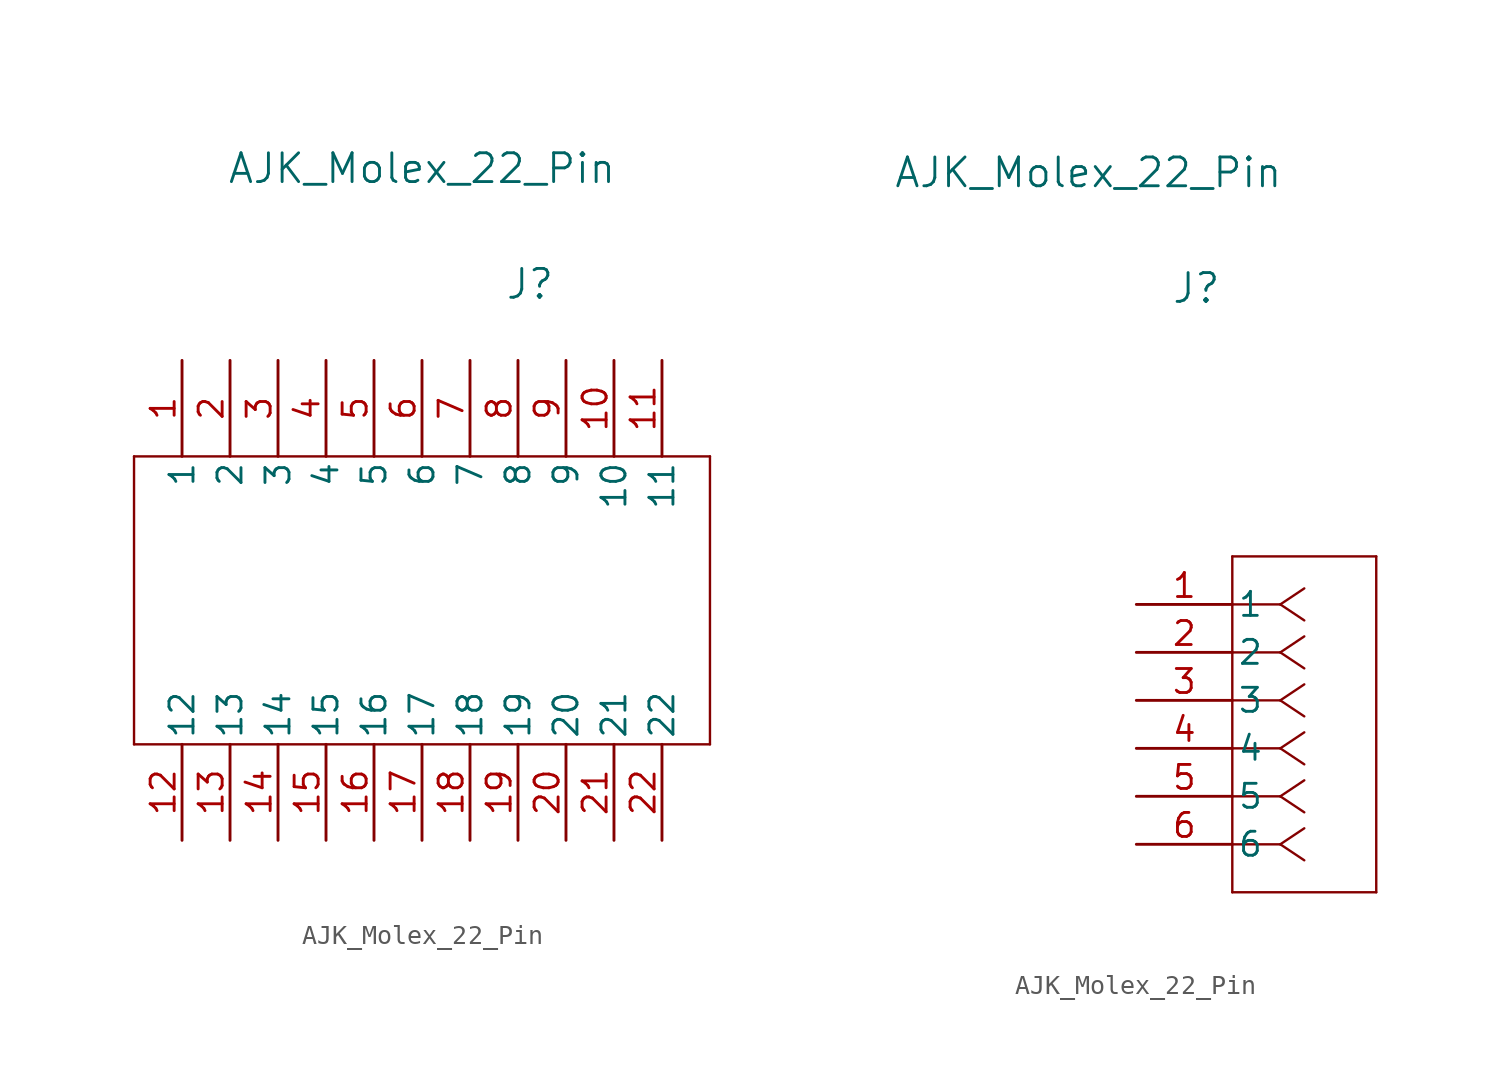
<source format=kicad_sym>
(kicad_symbol_lib
  (version 20211014)
  (generator kicad_symbol_editor)
  (symbol "AJK_Molex_22_Pin"
    (pin_names
      (offset 0.254))
    (property "Reference" "J"
      (at 3.175 16.739 0)
      (effects (font (size 1.524 1.524))))
    (property "Value" "AJK_Molex_22_Pin"
      (at -2.54 22.86 0)
      (effects (font (size 1.524 1.524))))
    (symbol "AJK_Molex_22_Pin_1_1"
      (polyline (pts (xy -17.78 -7.62) (xy 12.7 -7.62)) (stroke (width 0.127) (type default) (color 0 0 0 0)) (fill (type none)))
      (polyline (pts (xy -17.78 7.62) (xy -17.78 -7.62)) (stroke (width 0.127) (type default) (color 0 0 0 0)) (fill (type none)))
      (polyline (pts (xy -17.78 7.62) (xy 12.7 7.62)) (stroke (width 0.127) (type default) (color 0 0 0 0)) (fill (type none)))
      (polyline (pts (xy 12.7 7.62) (xy 12.7 -7.62)) (stroke (width 0.127) (type default) (color 0 0 0 0)) (fill (type none)))
      (pin input line (at -15.24 12.7 270) (length 5.08) (name "1" (effects (font (size 1.27 1.27)))) (number "1" (effects (font (size 1.27 1.27)))))
      (pin input line (at 7.62 12.7 270) (length 5.08) (name "10" (effects (font (size 1.27 1.27)))) (number "10" (effects (font (size 1.27 1.27)))))
      (pin input line (at 10.16 12.7 270) (length 5.08) (name "11" (effects (font (size 1.27 1.27)))) (number "11" (effects (font (size 1.27 1.27)))))
      (pin input line (at -15.24 -12.7 90) (length 5.08) (name "12" (effects (font (size 1.27 1.27)))) (number "12" (effects (font (size 1.27 1.27)))))
      (pin input line (at -12.7 -12.7 90) (length 5.08) (name "13" (effects (font (size 1.27 1.27)))) (number "13" (effects (font (size 1.27 1.27)))))
      (pin input line (at -10.16 -12.7 90) (length 5.08) (name "14" (effects (font (size 1.27 1.27)))) (number "14" (effects (font (size 1.27 1.27)))))
      (pin input line (at -7.62 -12.7 90) (length 5.08) (name "15" (effects (font (size 1.27 1.27)))) (number "15" (effects (font (size 1.27 1.27)))))
      (pin input line (at -5.08 -12.7 90) (length 5.08) (name "16" (effects (font (size 1.27 1.27)))) (number "16" (effects (font (size 1.27 1.27)))))
      (pin input line (at -2.54 -12.7 90) (length 5.08) (name "17" (effects (font (size 1.27 1.27)))) (number "17" (effects (font (size 1.27 1.27)))))
      (pin input line (at 0 -12.7 90) (length 5.08) (name "18" (effects (font (size 1.27 1.27)))) (number "18" (effects (font (size 1.27 1.27)))))
      (pin input line (at 2.54 -12.7 90) (length 5.08) (name "19" (effects (font (size 1.27 1.27)))) (number "19" (effects (font (size 1.27 1.27)))))
      (pin input line (at -12.7 12.7 270) (length 5.08) (name "2" (effects (font (size 1.27 1.27)))) (number "2" (effects (font (size 1.27 1.27)))))
      (pin input line (at 5.08 -12.7 90) (length 5.08) (name "20" (effects (font (size 1.27 1.27)))) (number "20" (effects (font (size 1.27 1.27)))))
      (pin input line (at 7.62 -12.7 90) (length 5.08) (name "21" (effects (font (size 1.27 1.27)))) (number "21" (effects (font (size 1.27 1.27)))))
      (pin input line (at 10.16 -12.7 90) (length 5.08) (name "22" (effects (font (size 1.27 1.27)))) (number "22" (effects (font (size 1.27 1.27)))))
      (pin input line (at -10.16 12.7 270) (length 5.08) (name "3" (effects (font (size 1.27 1.27)))) (number "3" (effects (font (size 1.27 1.27)))))
      (pin input line (at -7.62 12.7 270) (length 5.08) (name "4" (effects (font (size 1.27 1.27)))) (number "4" (effects (font (size 1.27 1.27)))))
      (pin input line (at -5.08 12.7 270) (length 5.08) (name "5" (effects (font (size 1.27 1.27)))) (number "5" (effects (font (size 1.27 1.27)))))
      (pin input line (at -2.54 12.7 270) (length 5.08) (name "6" (effects (font (size 1.27 1.27)))) (number "6" (effects (font (size 1.27 1.27)))))
      (pin input line (at 0 12.7 270) (length 5.08) (name "7" (effects (font (size 1.27 1.27)))) (number "7" (effects (font (size 1.27 1.27)))))
      (pin input line (at 2.54 12.7 270) (length 5.08) (name "8" (effects (font (size 1.27 1.27)))) (number "8" (effects (font (size 1.27 1.27)))))
      (pin input line (at 5.08 12.7 270) (length 5.08) (name "9" (effects (font (size 1.27 1.27)))) (number "9" (effects (font (size 1.27 1.27))))))
    (symbol "AJK_Molex_22_Pin_1_2"
      (polyline (pts (xy 5.08 -15.24) (xy 12.7 -15.24)) (stroke (width 0.127) (type default) (color 0 0 0 0)) (fill (type none)))
      (polyline (pts (xy 5.08 2.54) (xy 5.08 -15.24)) (stroke (width 0.127) (type default) (color 0 0 0 0)) (fill (type none)))
      (polyline (pts (xy 7.62 -12.7) (xy 5.08 -12.7)) (stroke (width 0.127) (type default) (color 0 0 0 0)) (fill (type none)))
      (polyline (pts (xy 7.62 -12.7) (xy 8.89 -13.547)) (stroke (width 0.127) (type default) (color 0 0 0 0)) (fill (type none)))
      (polyline (pts (xy 7.62 -12.7) (xy 8.89 -11.853)) (stroke (width 0.127) (type default) (color 0 0 0 0)) (fill (type none)))
      (polyline (pts (xy 7.62 -10.16) (xy 5.08 -10.16)) (stroke (width 0.127) (type default) (color 0 0 0 0)) (fill (type none)))
      (polyline (pts (xy 7.62 -10.16) (xy 8.89 -11.007)) (stroke (width 0.127) (type default) (color 0 0 0 0)) (fill (type none)))
      (polyline (pts (xy 7.62 -10.16) (xy 8.89 -9.313)) (stroke (width 0.127) (type default) (color 0 0 0 0)) (fill (type none)))
      (polyline (pts (xy 7.62 -7.62) (xy 5.08 -7.62)) (stroke (width 0.127) (type default) (color 0 0 0 0)) (fill (type none)))
      (polyline (pts (xy 7.62 -7.62) (xy 8.89 -8.467)) (stroke (width 0.127) (type default) (color 0 0 0 0)) (fill (type none)))
      (polyline (pts (xy 7.62 -7.62) (xy 8.89 -6.773)) (stroke (width 0.127) (type default) (color 0 0 0 0)) (fill (type none)))
      (polyline (pts (xy 7.62 -5.08) (xy 5.08 -5.08)) (stroke (width 0.127) (type default) (color 0 0 0 0)) (fill (type none)))
      (polyline (pts (xy 7.62 -5.08) (xy 8.89 -5.927)) (stroke (width 0.127) (type default) (color 0 0 0 0)) (fill (type none)))
      (polyline (pts (xy 7.62 -5.08) (xy 8.89 -4.233)) (stroke (width 0.127) (type default) (color 0 0 0 0)) (fill (type none)))
      (polyline (pts (xy 7.62 -2.54) (xy 5.08 -2.54)) (stroke (width 0.127) (type default) (color 0 0 0 0)) (fill (type none)))
      (polyline (pts (xy 7.62 -2.54) (xy 8.89 -3.387)) (stroke (width 0.127) (type default) (color 0 0 0 0)) (fill (type none)))
      (polyline (pts (xy 7.62 -2.54) (xy 8.89 -1.693)) (stroke (width 0.127) (type default) (color 0 0 0 0)) (fill (type none)))
      (polyline (pts (xy 7.62 0) (xy 5.08 0)) (stroke (width 0.127) (type default) (color 0 0 0 0)) (fill (type none)))
      (polyline (pts (xy 7.62 0) (xy 8.89 -0.847)) (stroke (width 0.127) (type default) (color 0 0 0 0)) (fill (type none)))
      (polyline (pts (xy 7.62 0) (xy 8.89 0.847)) (stroke (width 0.127) (type default) (color 0 0 0 0)) (fill (type none)))
      (polyline (pts (xy 12.7 -15.24) (xy 12.7 2.54)) (stroke (width 0.127) (type default) (color 0 0 0 0)) (fill (type none)))
      (polyline (pts (xy 12.7 2.54) (xy 5.08 2.54)) (stroke (width 0.127) (type default) (color 0 0 0 0)) (fill (type none)))
      (pin input line (at 0 0 0) (length 5.08) (name "1" (effects (font (size 1.27 1.27)))) (number "1" (effects (font (size 1.27 1.27)))))
      (pin input line (at 0 -2.54 0) (length 5.08) (name "2" (effects (font (size 1.27 1.27)))) (number "2" (effects (font (size 1.27 1.27)))))
      (pin input line (at 0 -5.08 0) (length 5.08) (name "3" (effects (font (size 1.27 1.27)))) (number "3" (effects (font (size 1.27 1.27)))))
      (pin input line (at 0 -7.62 0) (length 5.08) (name "4" (effects (font (size 1.27 1.27)))) (number "4" (effects (font (size 1.27 1.27)))))
      (pin input line (at 0 -10.16 0) (length 5.08) (name "5" (effects (font (size 1.27 1.27)))) (number "5" (effects (font (size 1.27 1.27)))))
      (pin input line (at 0 -12.7 0) (length 5.08) (name "6" (effects (font (size 1.27 1.27)))) (number "6" (effects (font (size 1.27 1.27))))))))
</source>
